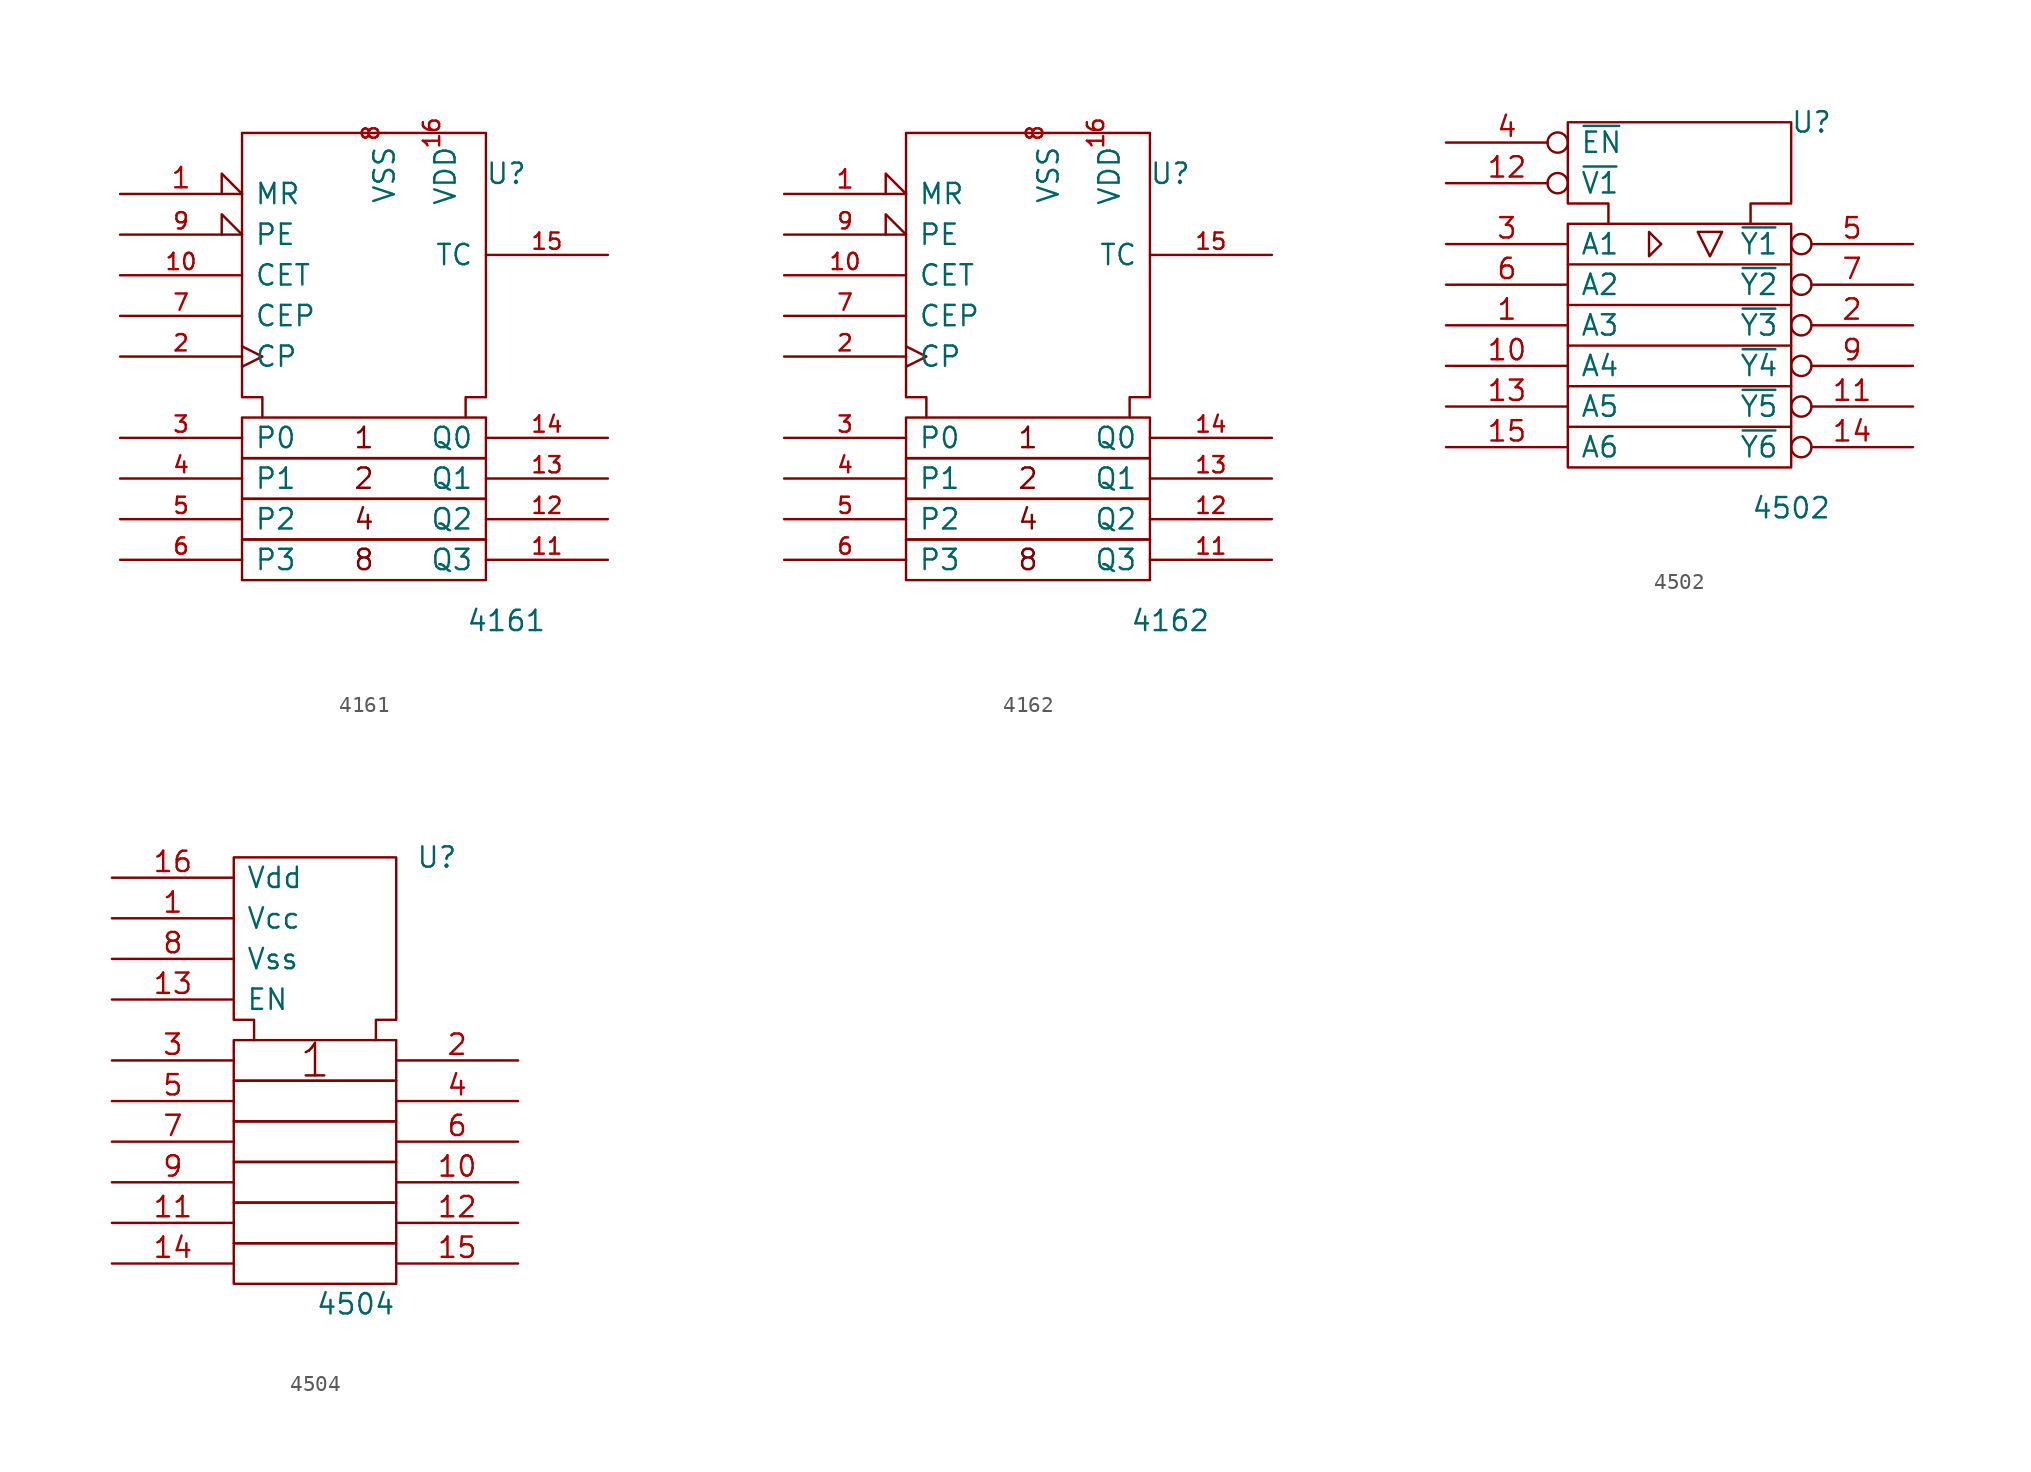
<source format=kicad_sym>
(kicad_symbol_lib
  (version 20201005)
  (generator kicad_symbol_editor)
  (symbol "4161"
    (pin_names
      (offset 0.762))
    (property "Reference" "U"
      (at 8.89 8.89 0)
      (effects (font (size 1.27 1.27))))
    (property "Value" "4161"
      (at 8.89 -19.05 0)
      (effects (font (size 1.27 1.27))))
    (symbol "4161_0_0"
      (text "1" (at 0 -7.62 0) (effects (font (size 1.27 1.27))))
      (text "2" (at 0 -10.16 0) (effects (font (size 1.27 1.27))))
      (text "4" (at 0 -12.7 0) (effects (font (size 1.27 1.27))))
      (text "8" (at 0 -15.24 0) (effects (font (size 1.27 1.27))))
      (rectangle (start -7.62 -13.97) (end 7.62 -16.51) (stroke (width 0)) (fill (type none)))
      (rectangle (start -7.62 -11.43) (end 7.62 -13.97) (stroke (width 0)) (fill (type none)))
      (rectangle (start -7.62 -8.89) (end 7.62 -11.43) (stroke (width 0)) (fill (type none)))
      (rectangle (start -7.62 -6.35) (end 7.62 -8.89) (stroke (width 0)) (fill (type none)))
      (polyline (pts (xy -6.35 -6.35) (xy -6.35 -5.08) (xy -7.62 -5.08) (xy -7.62 11.43) (xy 7.62 11.43) (xy 7.62 -5.08) (xy 6.35 -5.08) (xy 6.35 -6.35) (xy 6.35 -6.35)) (stroke (width 0)) (fill (type none))))
    (symbol "4161_1_1"
      (pin input input_low (at -15.24 7.62 0) (length 7.62) (name "MR" (effects (font (size 1.27 1.27)))) (number "1" (effects (font (size 1.27 1.27)))))
      (pin input line (at -15.24 2.54 0) (length 7.62) (name "CET" (effects (font (size 1.27 1.27)))) (number "10" (effects (font (size 1.016 1.016)))))
      (pin output line (at 15.24 -15.24 180) (length 7.62) (name "Q3" (effects (font (size 1.27 1.27)))) (number "11" (effects (font (size 1.016 1.016)))))
      (pin output line (at 15.24 -12.7 180) (length 7.62) (name "Q2" (effects (font (size 1.27 1.27)))) (number "12" (effects (font (size 1.016 1.016)))))
      (pin output line (at 15.24 -10.16 180) (length 7.62) (name "Q1" (effects (font (size 1.27 1.27)))) (number "13" (effects (font (size 1.016 1.016)))))
      (pin output line (at 15.24 -7.62 180) (length 7.62) (name "Q0" (effects (font (size 1.27 1.27)))) (number "14" (effects (font (size 1.016 1.016)))))
      (pin output line (at 15.24 3.81 180) (length 7.62) (name "TC" (effects (font (size 1.27 1.27)))) (number "15" (effects (font (size 1.016 1.016)))))
      (pin power_in line (at 5.08 11.43 270) (length 0) (name "VDD" (effects (font (size 1.27 1.27)))) (number "16" (effects (font (size 1.016 1.016)))))
      (pin input clock (at -15.24 -2.54 0) (length 7.62) (name "CP" (effects (font (size 1.27 1.27)))) (number "2" (effects (font (size 1.016 1.016)))))
      (pin input line (at -15.24 -7.62 0) (length 7.62) (name "P0" (effects (font (size 1.27 1.27)))) (number "3" (effects (font (size 1.016 1.016)))))
      (pin input line (at -15.24 -10.16 0) (length 7.62) (name "P1" (effects (font (size 1.27 1.27)))) (number "4" (effects (font (size 1.016 1.016)))))
      (pin input line (at -15.24 -12.7 0) (length 7.62) (name "P2" (effects (font (size 1.27 1.27)))) (number "5" (effects (font (size 1.016 1.016)))))
      (pin input line (at -15.24 -15.24 0) (length 7.62) (name "P3" (effects (font (size 1.27 1.27)))) (number "6" (effects (font (size 1.016 1.016)))))
      (pin input line (at -15.24 0 0) (length 7.62) (name "CEP" (effects (font (size 1.27 1.27)))) (number "7" (effects (font (size 1.016 1.016)))))
      (pin power_in line (at 1.27 11.43 270) (length 0) (name "VSS" (effects (font (size 1.27 1.27)))) (number "8" (effects (font (size 1.016 1.016)))))
      (pin input input_low (at -15.24 5.08 0) (length 7.62) (name "PE" (effects (font (size 1.27 1.27)))) (number "9" (effects (font (size 1.016 1.016)))))))
  (symbol "4162"
    (pin_names
      (offset 0.762))
    (property "Reference" "U"
      (at 8.89 8.89 0)
      (effects (font (size 1.27 1.27))))
    (property "Value" "4162"
      (at 8.89 -19.05 0)
      (effects (font (size 1.27 1.27))))
    (symbol "4162_0_0"
      (text "1" (at 0 -7.62 0) (effects (font (size 1.27 1.27))))
      (text "2" (at 0 -10.16 0) (effects (font (size 1.27 1.27))))
      (text "4" (at 0 -12.7 0) (effects (font (size 1.27 1.27))))
      (text "8" (at 0 -15.24 0) (effects (font (size 1.27 1.27))))
      (rectangle (start -7.62 -13.97) (end 7.62 -16.51) (stroke (width 0)) (fill (type none)))
      (rectangle (start -7.62 -11.43) (end 7.62 -13.97) (stroke (width 0)) (fill (type none)))
      (rectangle (start -7.62 -8.89) (end 7.62 -11.43) (stroke (width 0)) (fill (type none)))
      (rectangle (start -7.62 -6.35) (end 7.62 -8.89) (stroke (width 0)) (fill (type none)))
      (polyline (pts (xy -6.35 -6.35) (xy -6.35 -5.08) (xy -7.62 -5.08) (xy -7.62 11.43) (xy 7.62 11.43) (xy 7.62 -5.08) (xy 6.35 -5.08) (xy 6.35 -6.35) (xy 6.35 -6.35)) (stroke (width 0)) (fill (type none))))
    (symbol "4162_1_1"
      (pin input input_low (at -15.24 7.62 0) (length 7.62) (name "MR" (effects (font (size 1.27 1.27)))) (number "1" (effects (font (size 1.143 1.143)))))
      (pin input line (at -15.24 2.54 0) (length 7.62) (name "CET" (effects (font (size 1.27 1.27)))) (number "10" (effects (font (size 1.016 1.016)))))
      (pin output line (at 15.24 -15.24 180) (length 7.62) (name "Q3" (effects (font (size 1.27 1.27)))) (number "11" (effects (font (size 1.016 1.016)))))
      (pin output line (at 15.24 -12.7 180) (length 7.62) (name "Q2" (effects (font (size 1.27 1.27)))) (number "12" (effects (font (size 1.016 1.016)))))
      (pin output line (at 15.24 -10.16 180) (length 7.62) (name "Q1" (effects (font (size 1.27 1.27)))) (number "13" (effects (font (size 1.016 1.016)))))
      (pin output line (at 15.24 -7.62 180) (length 7.62) (name "Q0" (effects (font (size 1.27 1.27)))) (number "14" (effects (font (size 1.016 1.016)))))
      (pin output line (at 15.24 3.81 180) (length 7.62) (name "TC" (effects (font (size 1.27 1.27)))) (number "15" (effects (font (size 1.016 1.016)))))
      (pin power_in line (at 5.08 11.43 270) (length 0) (name "VDD" (effects (font (size 1.27 1.27)))) (number "16" (effects (font (size 1.016 1.016)))))
      (pin input clock (at -15.24 -2.54 0) (length 7.62) (name "CP" (effects (font (size 1.27 1.27)))) (number "2" (effects (font (size 1.016 1.016)))))
      (pin input line (at -15.24 -7.62 0) (length 7.62) (name "P0" (effects (font (size 1.27 1.27)))) (number "3" (effects (font (size 1.016 1.016)))))
      (pin input line (at -15.24 -10.16 0) (length 7.62) (name "P1" (effects (font (size 1.27 1.27)))) (number "4" (effects (font (size 1.016 1.016)))))
      (pin input line (at -15.24 -12.7 0) (length 7.62) (name "P2" (effects (font (size 1.27 1.27)))) (number "5" (effects (font (size 1.016 1.016)))))
      (pin input line (at -15.24 -15.24 0) (length 7.62) (name "P3" (effects (font (size 1.27 1.27)))) (number "6" (effects (font (size 1.016 1.016)))))
      (pin input line (at -15.24 0 0) (length 7.62) (name "CEP" (effects (font (size 1.27 1.27)))) (number "7" (effects (font (size 1.016 1.016)))))
      (pin power_in line (at 1.27 11.43 270) (length 0) (name "VSS" (effects (font (size 1.27 1.27)))) (number "8" (effects (font (size 1.016 1.016)))))
      (pin input input_low (at -15.24 5.08 0) (length 7.62) (name "PE" (effects (font (size 1.27 1.27)))) (number "9" (effects (font (size 1.016 1.016)))))))
  (symbol "4502"
    (pin_names
      (offset 0.762))
    (property "Reference" "U"
      (at 7.62 13.97 0)
      (effects (font (size 1.27 1.27))))
    (property "Value" "4502"
      (at 6.35 -10.16 0)
      (effects (font (size 1.27 1.27))))
    (symbol "4502_0_0"
      (polyline (pts (xy -7.62 -5.08) (xy 6.35 -5.08) (xy 6.35 -5.08)) (stroke (width 0)) (fill (type none)))
      (polyline (pts (xy -7.62 0) (xy 6.35 0) (xy 6.35 0)) (stroke (width 0)) (fill (type none)))
      (polyline (pts (xy -7.62 5.08) (xy 6.35 5.08) (xy 6.35 5.08)) (stroke (width 0)) (fill (type none)))
      (polyline (pts (xy -5.08 7.62) (xy 3.81 7.62) (xy 3.81 7.62)) (stroke (width 0)) (fill (type none)))
      (polyline (pts (xy 6.35 -2.54) (xy -7.62 -2.54) (xy -7.62 -2.54)) (stroke (width 0)) (fill (type none)))
      (polyline (pts (xy 6.35 2.54) (xy -7.62 2.54) (xy -7.62 2.54)) (stroke (width 0)) (fill (type none)))
      (polyline (pts (xy -2.54 7.112) (xy -2.54 5.588) (xy -1.778 6.35) (xy -2.54 7.112) (xy -2.54 7.112)) (stroke (width 0)) (fill (type none)))
      (polyline (pts (xy 0.508 7.112) (xy 2.032 7.112) (xy 1.27 5.588) (xy 0.508 7.112) (xy 0.508 7.112)) (stroke (width 0)) (fill (type none)))
      (polyline (pts (xy -7.62 13.97) (xy -7.62 8.89) (xy -5.08 8.89) (xy -5.08 7.62) (xy -7.62 7.62) (xy -7.62 -7.62) (xy 6.35 -7.62) (xy 6.35 7.62) (xy 3.81 7.62) (xy 3.81 8.89) (xy 6.35 8.89) (xy 6.35 13.97) (xy -7.62 13.97) (xy -7.62 13.97)) (stroke (width 0)) (fill (type none)))
      (pin power_in line (at 3.81 13.97 270) (length 0) hide (name "Vdd" (effects (font (size 1.27 1.27)))) (number "16" (effects (font (size 1.27 1.27)))))
      (pin power_in line (at 0 13.97 270) (length 0) hide (name "Vss" (effects (font (size 1.27 1.27)))) (number "8" (effects (font (size 1.27 1.27))))))
    (symbol "4502_1_1"
      (pin input line (at -15.24 1.27 0) (length 7.62) (name "A3" (effects (font (size 1.27 1.27)))) (number "1" (effects (font (size 1.27 1.27)))))
      (pin input line (at -15.24 -1.27 0) (length 7.62) (name "A4" (effects (font (size 1.27 1.27)))) (number "10" (effects (font (size 1.27 1.27)))))
      (pin output inverted (at 13.97 -3.81 180) (length 7.62) (name "~Y5" (effects (font (size 1.27 1.27)))) (number "11" (effects (font (size 1.27 1.27)))))
      (pin input inverted (at -15.24 10.16 0) (length 7.62) (name "~V1" (effects (font (size 1.27 1.27)))) (number "12" (effects (font (size 1.27 1.27)))))
      (pin input line (at -15.24 -3.81 0) (length 7.62) (name "A5" (effects (font (size 1.27 1.27)))) (number "13" (effects (font (size 1.27 1.27)))))
      (pin output inverted (at 13.97 -6.35 180) (length 7.62) (name "~Y6" (effects (font (size 1.27 1.27)))) (number "14" (effects (font (size 1.27 1.27)))))
      (pin input line (at -15.24 -6.35 0) (length 7.62) (name "A6" (effects (font (size 1.27 1.27)))) (number "15" (effects (font (size 1.27 1.27)))))
      (pin output inverted (at 13.97 1.27 180) (length 7.62) (name "~Y3" (effects (font (size 1.27 1.27)))) (number "2" (effects (font (size 1.27 1.27)))))
      (pin input line (at -15.24 6.35 0) (length 7.62) (name "A1" (effects (font (size 1.27 1.27)))) (number "3" (effects (font (size 1.27 1.27)))))
      (pin input inverted (at -15.24 12.7 0) (length 7.62) (name "~EN" (effects (font (size 1.27 1.27)))) (number "4" (effects (font (size 1.27 1.27)))))
      (pin output inverted (at 13.97 6.35 180) (length 7.62) (name "~Y1" (effects (font (size 1.27 1.27)))) (number "5" (effects (font (size 1.27 1.27)))))
      (pin input line (at -15.24 3.81 0) (length 7.62) (name "A2" (effects (font (size 1.27 1.27)))) (number "6" (effects (font (size 1.27 1.27)))))
      (pin output inverted (at 13.97 3.81 180) (length 7.62) (name "~Y2" (effects (font (size 1.27 1.27)))) (number "7" (effects (font (size 1.27 1.27)))))
      (pin output inverted (at 13.97 -1.27 180) (length 7.62) (name "~Y4" (effects (font (size 1.27 1.27)))) (number "9" (effects (font (size 1.27 1.27)))))))
  (symbol "4504"
    (pin_names
      (offset 0.762))
    (property "Reference" "U"
      (at 7.62 12.7 0)
      (effects (font (size 1.27 1.27))))
    (property "Value" "4504"
      (at 2.54 -15.24 0)
      (effects (font (size 1.27 1.27))))
    (symbol "4504_0_0"
      (text "1" (at 0 0 0) (effects (font (size 2.032 2.032))))
      (rectangle (start -5.08 -11.43) (end 5.08 -13.97) (stroke (width 0)) (fill (type none)))
      (rectangle (start -5.08 -8.89) (end 5.08 -11.43) (stroke (width 0)) (fill (type none)))
      (rectangle (start -5.08 -6.35) (end 5.08 -8.89) (stroke (width 0)) (fill (type none)))
      (rectangle (start -5.08 -3.81) (end 5.08 -6.35) (stroke (width 0)) (fill (type none)))
      (rectangle (start -5.08 -1.27) (end 5.08 -3.81) (stroke (width 0)) (fill (type none)))
      (rectangle (start -5.08 1.27) (end 5.08 -1.27) (stroke (width 0)) (fill (type none)))
      (polyline (pts (xy -3.81 1.27) (xy -3.81 2.54) (xy -5.08 2.54) (xy -5.08 12.7) (xy 5.08 12.7) (xy 5.08 2.54) (xy 3.81 2.54) (xy 3.81 1.27) (xy 3.81 1.27)) (stroke (width 0)) (fill (type none))))
    (symbol "4504_1_1"
      (pin power_in line (at -12.7 8.89 0) (length 7.62) (name "Vcc" (effects (font (size 1.27 1.27)))) (number "1" (effects (font (size 1.27 1.27)))))
      (pin output line (at 12.7 -7.62 180) (length 7.62) (name "~" (effects (font (size 1.27 1.27)))) (number "10" (effects (font (size 1.27 1.27)))))
      (pin input line (at -12.7 -10.16 0) (length 7.62) (name "~" (effects (font (size 1.27 1.27)))) (number "11" (effects (font (size 1.27 1.27)))))
      (pin output line (at 12.7 -10.16 180) (length 7.62) (name "~" (effects (font (size 1.27 1.27)))) (number "12" (effects (font (size 1.27 1.27)))))
      (pin input line (at -12.7 3.81 0) (length 7.62) (name "EN" (effects (font (size 1.27 1.27)))) (number "13" (effects (font (size 1.27 1.27)))))
      (pin input line (at -12.7 -12.7 0) (length 7.62) (name "~" (effects (font (size 1.27 1.27)))) (number "14" (effects (font (size 1.27 1.27)))))
      (pin output line (at 12.7 -12.7 180) (length 7.62) (name "~" (effects (font (size 1.27 1.27)))) (number "15" (effects (font (size 1.27 1.27)))))
      (pin power_in line (at -12.7 11.43 0) (length 7.62) (name "Vdd" (effects (font (size 1.27 1.27)))) (number "16" (effects (font (size 1.27 1.27)))))
      (pin output line (at 12.7 0 180) (length 7.62) (name "~" (effects (font (size 1.27 1.27)))) (number "2" (effects (font (size 1.27 1.27)))))
      (pin input line (at -12.7 0 0) (length 7.62) (name "~" (effects (font (size 1.27 1.27)))) (number "3" (effects (font (size 1.27 1.27)))))
      (pin output line (at 12.7 -2.54 180) (length 7.62) (name "~" (effects (font (size 1.27 1.27)))) (number "4" (effects (font (size 1.27 1.27)))))
      (pin input line (at -12.7 -2.54 0) (length 7.62) (name "~" (effects (font (size 1.27 1.27)))) (number "5" (effects (font (size 1.27 1.27)))))
      (pin output line (at 12.7 -5.08 180) (length 7.62) (name "~" (effects (font (size 1.27 1.27)))) (number "6" (effects (font (size 1.27 1.27)))))
      (pin input line (at -12.7 -5.08 0) (length 7.62) (name "~" (effects (font (size 1.27 1.27)))) (number "7" (effects (font (size 1.27 1.27)))))
      (pin power_in line (at -12.7 6.35 0) (length 7.62) (name "Vss" (effects (font (size 1.27 1.27)))) (number "8" (effects (font (size 1.27 1.27)))))
      (pin input line (at -12.7 -7.62 0) (length 7.62) (name "~" (effects (font (size 1.27 1.27)))) (number "9" (effects (font (size 1.27 1.27))))))))
</source>
